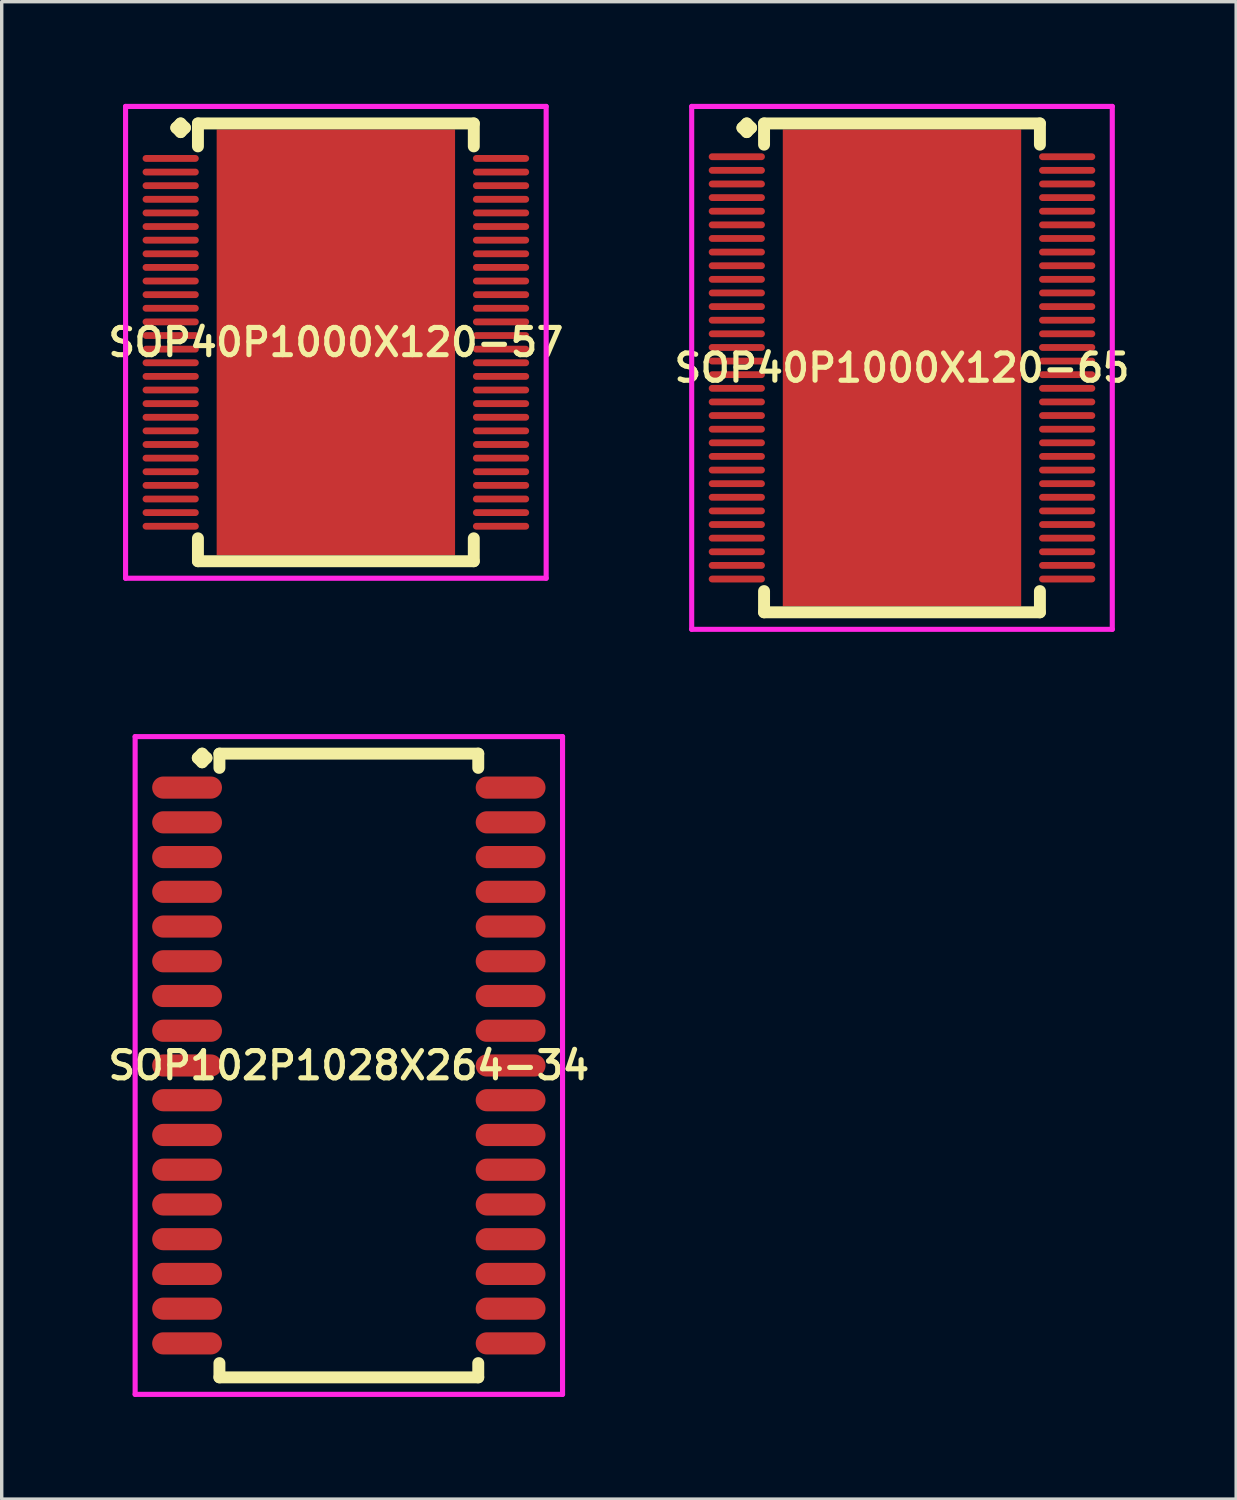
<source format=kicad_pcb>
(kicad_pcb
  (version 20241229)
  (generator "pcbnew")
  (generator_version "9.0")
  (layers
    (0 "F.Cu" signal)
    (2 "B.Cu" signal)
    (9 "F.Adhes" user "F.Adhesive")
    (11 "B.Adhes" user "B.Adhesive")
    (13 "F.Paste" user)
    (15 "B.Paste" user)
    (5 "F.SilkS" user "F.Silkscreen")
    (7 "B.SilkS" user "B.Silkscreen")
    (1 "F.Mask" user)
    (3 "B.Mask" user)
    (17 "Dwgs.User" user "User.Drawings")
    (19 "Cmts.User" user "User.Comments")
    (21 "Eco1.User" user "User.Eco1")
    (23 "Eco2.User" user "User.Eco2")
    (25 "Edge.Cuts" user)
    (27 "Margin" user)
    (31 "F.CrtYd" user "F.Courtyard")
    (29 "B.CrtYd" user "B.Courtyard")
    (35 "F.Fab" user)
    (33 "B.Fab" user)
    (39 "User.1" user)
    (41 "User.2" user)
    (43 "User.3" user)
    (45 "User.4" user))
  (footprint "SOP102P1028X264-34"
    (layer "F.Cu")
    (at 7.193 28.236)
    (property "Reference" "SOP102P1028X264-34" (at 0 0 0) (layer "F.SilkS") (effects (font (size 0.8 0.8) (thickness 0.15))))
    (attr through_hole)
    (fp_line (start -4.435 -9.03) (end -4.308 -9.157) (stroke (width 0.35) (type solid)) (layer "F.SilkS"))
    (fp_line (start -4.308 -9.157) (end -4.181 -9.03) (stroke (width 0.35) (type solid)) (layer "F.SilkS"))
    (fp_line (start -4.308 -8.903) (end -4.435 -9.03) (stroke (width 0.35) (type solid)) (layer "F.SilkS"))
    (fp_line (start -4.181 -9.03) (end -4.308 -8.903) (stroke (width 0.35) (type solid)) (layer "F.SilkS"))
    (fp_line (start -3.8 -9.157) (end 3.8 -9.157) (stroke (width 0.35) (type solid)) (layer "F.SilkS"))
    (fp_line (start -3.8 -8.739) (end -3.8 -9.157) (stroke (width 0.35) (type solid)) (layer "F.SilkS"))
    (fp_line (start -3.8 8.739) (end -3.8 9.157) (stroke (width 0.35) (type solid)) (layer "F.SilkS"))
    (fp_line (start -3.8 9.157) (end 3.8 9.157) (stroke (width 0.35) (type solid)) (layer "F.SilkS"))
    (fp_line (start 3.8 -9.157) (end 3.8 -8.739) (stroke (width 0.35) (type solid)) (layer "F.SilkS"))
    (fp_line (start 3.8 9.157) (end 3.8 8.739) (stroke (width 0.35) (type solid)) (layer "F.SilkS"))
    (fp_line (start -6.275 -9.657) (end 6.275 -9.657) (stroke (width 0.15) (type solid)) (layer "F.CrtYd"))
    (fp_line (start -6.275 9.657) (end -6.275 -9.657) (stroke (width 0.15) (type solid)) (layer "F.CrtYd"))
    (fp_line (start 6.275 -9.657) (end 6.275 9.657) (stroke (width 0.15) (type solid)) (layer "F.CrtYd"))
    (fp_line (start 6.275 9.657) (end -6.275 9.657) (stroke (width 0.15) (type solid)) (layer "F.CrtYd"))
    (pad "1" smd oval (at -4.75 -8.16) (size 2.05 0.65) (layers "F.Cu" "F.Mask" "F.Paste"))
    (pad "2" smd oval (at -4.75 -7.14) (size 2.05 0.65) (layers "F.Cu" "F.Mask" "F.Paste"))
    (pad "3" smd oval (at -4.75 -6.12) (size 2.05 0.65) (layers "F.Cu" "F.Mask" "F.Paste"))
    (pad "4" smd oval (at -4.75 -5.1) (size 2.05 0.65) (layers "F.Cu" "F.Mask" "F.Paste"))
    (pad "5" smd oval (at -4.75 -4.08) (size 2.05 0.65) (layers "F.Cu" "F.Mask" "F.Paste"))
    (pad "6" smd oval (at -4.75 -3.06) (size 2.05 0.65) (layers "F.Cu" "F.Mask" "F.Paste"))
    (pad "7" smd oval (at -4.75 -2.04) (size 2.05 0.65) (layers "F.Cu" "F.Mask" "F.Paste"))
    (pad "8" smd oval (at -4.75 -1.02) (size 2.05 0.65) (layers "F.Cu" "F.Mask" "F.Paste"))
    (pad "9" smd oval (at -4.75 0) (size 2.05 0.65) (layers "F.Cu" "F.Mask" "F.Paste"))
    (pad "10" smd oval (at -4.75 1.02) (size 2.05 0.65) (layers "F.Cu" "F.Mask" "F.Paste"))
    (pad "11" smd oval (at -4.75 2.04) (size 2.05 0.65) (layers "F.Cu" "F.Mask" "F.Paste"))
    (pad "12" smd oval (at -4.75 3.06) (size 2.05 0.65) (layers "F.Cu" "F.Mask" "F.Paste"))
    (pad "13" smd oval (at -4.75 4.08) (size 2.05 0.65) (layers "F.Cu" "F.Mask" "F.Paste"))
    (pad "14" smd oval (at -4.75 5.1) (size 2.05 0.65) (layers "F.Cu" "F.Mask" "F.Paste"))
    (pad "15" smd oval (at -4.75 6.12) (size 2.05 0.65) (layers "F.Cu" "F.Mask" "F.Paste"))
    (pad "16" smd oval (at -4.75 7.14) (size 2.05 0.65) (layers "F.Cu" "F.Mask" "F.Paste"))
    (pad "17" smd oval (at -4.75 8.16) (size 2.05 0.65) (layers "F.Cu" "F.Mask" "F.Paste"))
    (pad "18" smd oval (at 4.75 8.16) (size 2.05 0.65) (layers "F.Cu" "F.Mask" "F.Paste"))
    (pad "19" smd oval (at 4.75 7.14) (size 2.05 0.65) (layers "F.Cu" "F.Mask" "F.Paste"))
    (pad "20" smd oval (at 4.75 6.12) (size 2.05 0.65) (layers "F.Cu" "F.Mask" "F.Paste"))
    (pad "21" smd oval (at 4.75 5.1) (size 2.05 0.65) (layers "F.Cu" "F.Mask" "F.Paste"))
    (pad "22" smd oval (at 4.75 4.08) (size 2.05 0.65) (layers "F.Cu" "F.Mask" "F.Paste"))
    (pad "23" smd oval (at 4.75 3.06) (size 2.05 0.65) (layers "F.Cu" "F.Mask" "F.Paste"))
    (pad "24" smd oval (at 4.75 2.04) (size 2.05 0.65) (layers "F.Cu" "F.Mask" "F.Paste"))
    (pad "25" smd oval (at 4.75 1.02) (size 2.05 0.65) (layers "F.Cu" "F.Mask" "F.Paste"))
    (pad "26" smd oval (at 4.75 0) (size 2.05 0.65) (layers "F.Cu" "F.Mask" "F.Paste"))
    (pad "27" smd oval (at 4.75 -1.02) (size 2.05 0.65) (layers "F.Cu" "F.Mask" "F.Paste"))
    (pad "28" smd oval (at 4.75 -2.04) (size 2.05 0.65) (layers "F.Cu" "F.Mask" "F.Paste"))
    (pad "29" smd oval (at 4.75 -3.06) (size 2.05 0.65) (layers "F.Cu" "F.Mask" "F.Paste"))
    (pad "30" smd oval (at 4.75 -4.08) (size 2.05 0.65) (layers "F.Cu" "F.Mask" "F.Paste"))
    (pad "31" smd oval (at 4.75 -5.1) (size 2.05 0.65) (layers "F.Cu" "F.Mask" "F.Paste"))
    (pad "32" smd oval (at 4.75 -6.12) (size 2.05 0.65) (layers "F.Cu" "F.Mask" "F.Paste"))
    (pad "33" smd oval (at 4.75 -7.14) (size 2.05 0.65) (layers "F.Cu" "F.Mask" "F.Paste"))
    (pad "34" smd oval (at 4.75 -8.16) (size 2.05 0.65) (layers "F.Cu" "F.Mask" "F.Paste")))
  (footprint "SOP40P1000X120-57"
    (layer "F.Cu")
    (at 6.812 7.002)
    (property "Reference" "SOP40P1000X120-57" (at 0 0 0) (layer "F.SilkS") (effects (font (size 0.8 0.8) (thickness 0.15))))
    (attr through_hole)
    (fp_line (start -4.685 -6.3) (end -4.558 -6.427) (stroke (width 0.35) (type solid)) (layer "F.SilkS"))
    (fp_line (start -4.558 -6.427) (end -4.431 -6.3) (stroke (width 0.35) (type solid)) (layer "F.SilkS"))
    (fp_line (start -4.558 -6.173) (end -4.685 -6.3) (stroke (width 0.35) (type solid)) (layer "F.SilkS"))
    (fp_line (start -4.431 -6.3) (end -4.558 -6.173) (stroke (width 0.35) (type solid)) (layer "F.SilkS"))
    (fp_line (start -4.05 -6.427) (end 4.05 -6.427) (stroke (width 0.35) (type solid)) (layer "F.SilkS"))
    (fp_line (start -4.05 -5.754) (end -4.05 -6.427) (stroke (width 0.35) (type solid)) (layer "F.SilkS"))
    (fp_line (start -4.05 5.754) (end -4.05 6.427) (stroke (width 0.35) (type solid)) (layer "F.SilkS"))
    (fp_line (start -4.05 6.427) (end 4.05 6.427) (stroke (width 0.35) (type solid)) (layer "F.SilkS"))
    (fp_line (start 4.05 -6.427) (end 4.05 -5.754) (stroke (width 0.35) (type solid)) (layer "F.SilkS"))
    (fp_line (start 4.05 6.427) (end 4.05 5.754) (stroke (width 0.35) (type solid)) (layer "F.SilkS"))
    (fp_line (start -6.175 -6.927) (end 6.175 -6.927) (stroke (width 0.15) (type solid)) (layer "F.CrtYd"))
    (fp_line (start -6.175 6.927) (end -6.175 -6.927) (stroke (width 0.15) (type solid)) (layer "F.CrtYd"))
    (fp_line (start 6.175 -6.927) (end 6.175 6.927) (stroke (width 0.15) (type solid)) (layer "F.CrtYd"))
    (fp_line (start 6.175 6.927) (end -6.175 6.927) (stroke (width 0.15) (type solid)) (layer "F.CrtYd"))
    (pad "1" smd oval (at -4.85 -5.4) (size 1.65 0.2) (layers "F.Cu" "F.Mask" "F.Paste"))
    (pad "2" smd oval (at -4.85 -5) (size 1.65 0.2) (layers "F.Cu" "F.Mask" "F.Paste"))
    (pad "3" smd oval (at -4.85 -4.6) (size 1.65 0.2) (layers "F.Cu" "F.Mask" "F.Paste"))
    (pad "4" smd oval (at -4.85 -4.2) (size 1.65 0.2) (layers "F.Cu" "F.Mask" "F.Paste"))
    (pad "5" smd oval (at -4.85 -3.8) (size 1.65 0.2) (layers "F.Cu" "F.Mask" "F.Paste"))
    (pad "6" smd oval (at -4.85 -3.4) (size 1.65 0.2) (layers "F.Cu" "F.Mask" "F.Paste"))
    (pad "7" smd oval (at -4.85 -3) (size 1.65 0.2) (layers "F.Cu" "F.Mask" "F.Paste"))
    (pad "8" smd oval (at -4.85 -2.6) (size 1.65 0.2) (layers "F.Cu" "F.Mask" "F.Paste"))
    (pad "9" smd oval (at -4.85 -2.2) (size 1.65 0.2) (layers "F.Cu" "F.Mask" "F.Paste"))
    (pad "10" smd oval (at -4.85 -1.8) (size 1.65 0.2) (layers "F.Cu" "F.Mask" "F.Paste"))
    (pad "11" smd oval (at -4.85 -1.4) (size 1.65 0.2) (layers "F.Cu" "F.Mask" "F.Paste"))
    (pad "12" smd oval (at -4.85 -1) (size 1.65 0.2) (layers "F.Cu" "F.Mask" "F.Paste"))
    (pad "13" smd oval (at -4.85 -0.6) (size 1.65 0.2) (layers "F.Cu" "F.Mask" "F.Paste"))
    (pad "14" smd oval (at -4.85 -0.2) (size 1.65 0.2) (layers "F.Cu" "F.Mask" "F.Paste"))
    (pad "15" smd oval (at -4.85 0.2) (size 1.65 0.2) (layers "F.Cu" "F.Mask" "F.Paste"))
    (pad "16" smd oval (at -4.85 0.6) (size 1.65 0.2) (layers "F.Cu" "F.Mask" "F.Paste"))
    (pad "17" smd oval (at -4.85 1) (size 1.65 0.2) (layers "F.Cu" "F.Mask" "F.Paste"))
    (pad "18" smd oval (at -4.85 1.4) (size 1.65 0.2) (layers "F.Cu" "F.Mask" "F.Paste"))
    (pad "19" smd oval (at -4.85 1.8) (size 1.65 0.2) (layers "F.Cu" "F.Mask" "F.Paste"))
    (pad "20" smd oval (at -4.85 2.2) (size 1.65 0.2) (layers "F.Cu" "F.Mask" "F.Paste"))
    (pad "21" smd oval (at -4.85 2.6) (size 1.65 0.2) (layers "F.Cu" "F.Mask" "F.Paste"))
    (pad "22" smd oval (at -4.85 3) (size 1.65 0.2) (layers "F.Cu" "F.Mask" "F.Paste"))
    (pad "23" smd oval (at -4.85 3.4) (size 1.65 0.2) (layers "F.Cu" "F.Mask" "F.Paste"))
    (pad "24" smd oval (at -4.85 3.8) (size 1.65 0.2) (layers "F.Cu" "F.Mask" "F.Paste"))
    (pad "25" smd oval (at -4.85 4.2) (size 1.65 0.2) (layers "F.Cu" "F.Mask" "F.Paste"))
    (pad "26" smd oval (at -4.85 4.6) (size 1.65 0.2) (layers "F.Cu" "F.Mask" "F.Paste"))
    (pad "27" smd oval (at -4.85 5) (size 1.65 0.2) (layers "F.Cu" "F.Mask" "F.Paste"))
    (pad "28" smd oval (at -4.85 5.4) (size 1.65 0.2) (layers "F.Cu" "F.Mask" "F.Paste"))
    (pad "29" smd oval (at 4.85 5.4) (size 1.65 0.2) (layers "F.Cu" "F.Mask" "F.Paste"))
    (pad "30" smd oval (at 4.85 5) (size 1.65 0.2) (layers "F.Cu" "F.Mask" "F.Paste"))
    (pad "31" smd oval (at 4.85 4.6) (size 1.65 0.2) (layers "F.Cu" "F.Mask" "F.Paste"))
    (pad "32" smd oval (at 4.85 4.2) (size 1.65 0.2) (layers "F.Cu" "F.Mask" "F.Paste"))
    (pad "33" smd oval (at 4.85 3.8) (size 1.65 0.2) (layers "F.Cu" "F.Mask" "F.Paste"))
    (pad "34" smd oval (at 4.85 3.4) (size 1.65 0.2) (layers "F.Cu" "F.Mask" "F.Paste"))
    (pad "35" smd oval (at 4.85 3) (size 1.65 0.2) (layers "F.Cu" "F.Mask" "F.Paste"))
    (pad "36" smd oval (at 4.85 2.6) (size 1.65 0.2) (layers "F.Cu" "F.Mask" "F.Paste"))
    (pad "37" smd oval (at 4.85 2.2) (size 1.65 0.2) (layers "F.Cu" "F.Mask" "F.Paste"))
    (pad "38" smd oval (at 4.85 1.8) (size 1.65 0.2) (layers "F.Cu" "F.Mask" "F.Paste"))
    (pad "39" smd oval (at 4.85 1.4) (size 1.65 0.2) (layers "F.Cu" "F.Mask" "F.Paste"))
    (pad "40" smd oval (at 4.85 1) (size 1.65 0.2) (layers "F.Cu" "F.Mask" "F.Paste"))
    (pad "41" smd oval (at 4.85 0.6) (size 1.65 0.2) (layers "F.Cu" "F.Mask" "F.Paste"))
    (pad "42" smd oval (at 4.85 0.2) (size 1.65 0.2) (layers "F.Cu" "F.Mask" "F.Paste"))
    (pad "43" smd oval (at 4.85 -0.2) (size 1.65 0.2) (layers "F.Cu" "F.Mask" "F.Paste"))
    (pad "44" smd oval (at 4.85 -0.6) (size 1.65 0.2) (layers "F.Cu" "F.Mask" "F.Paste"))
    (pad "45" smd oval (at 4.85 -1) (size 1.65 0.2) (layers "F.Cu" "F.Mask" "F.Paste"))
    (pad "46" smd oval (at 4.85 -1.4) (size 1.65 0.2) (layers "F.Cu" "F.Mask" "F.Paste"))
    (pad "47" smd oval (at 4.85 -1.8) (size 1.65 0.2) (layers "F.Cu" "F.Mask" "F.Paste"))
    (pad "48" smd oval (at 4.85 -2.2) (size 1.65 0.2) (layers "F.Cu" "F.Mask" "F.Paste"))
    (pad "49" smd oval (at 4.85 -2.6) (size 1.65 0.2) (layers "F.Cu" "F.Mask" "F.Paste"))
    (pad "50" smd oval (at 4.85 -3) (size 1.65 0.2) (layers "F.Cu" "F.Mask" "F.Paste"))
    (pad "51" smd oval (at 4.85 -3.4) (size 1.65 0.2) (layers "F.Cu" "F.Mask" "F.Paste"))
    (pad "52" smd oval (at 4.85 -3.8) (size 1.65 0.2) (layers "F.Cu" "F.Mask" "F.Paste"))
    (pad "53" smd oval (at 4.85 -4.2) (size 1.65 0.2) (layers "F.Cu" "F.Mask" "F.Paste"))
    (pad "54" smd oval (at 4.85 -4.6) (size 1.65 0.2) (layers "F.Cu" "F.Mask" "F.Paste"))
    (pad "55" smd oval (at 4.85 -5) (size 1.65 0.2) (layers "F.Cu" "F.Mask" "F.Paste"))
    (pad "56" smd oval (at 4.85 -5.4) (size 1.65 0.2) (layers "F.Cu" "F.Mask" "F.Paste"))
    (pad "57" smd rect (at 0 0) (size 7 12.5) (layers "F.Cu" "F.Mask" "F.Paste")))
  (footprint "SOP40P1000X120-65"
    (layer "F.Cu")
    (at 23.435 7.752)
    (property "Reference" "SOP40P1000X120-65" (at 0 0 0) (layer "F.SilkS") (effects (font (size 0.8 0.8) (thickness 0.15))))
    (attr smd)
    (fp_line (start -4.685 -7.05) (end -4.558 -7.177) (stroke (width 0.35) (type solid)) (layer "F.SilkS"))
    (fp_line (start -4.558 -7.177) (end -4.431 -7.05) (stroke (width 0.35) (type solid)) (layer "F.SilkS"))
    (fp_line (start -4.558 -6.923) (end -4.685 -7.05) (stroke (width 0.35) (type solid)) (layer "F.SilkS"))
    (fp_line (start -4.431 -7.05) (end -4.558 -6.923) (stroke (width 0.35) (type solid)) (layer "F.SilkS"))
    (fp_line (start -4.05 -7.177) (end 4.05 -7.177) (stroke (width 0.35) (type solid)) (layer "F.SilkS"))
    (fp_line (start -4.05 -6.554) (end -4.05 -7.177) (stroke (width 0.35) (type solid)) (layer "F.SilkS"))
    (fp_line (start -4.05 6.554) (end -4.05 7.177) (stroke (width 0.35) (type solid)) (layer "F.SilkS"))
    (fp_line (start -4.05 7.177) (end 4.05 7.177) (stroke (width 0.35) (type solid)) (layer "F.SilkS"))
    (fp_line (start 4.05 -7.177) (end 4.05 -6.554) (stroke (width 0.35) (type solid)) (layer "F.SilkS"))
    (fp_line (start 4.05 7.177) (end 4.05 6.554) (stroke (width 0.35) (type solid)) (layer "F.SilkS"))
    (fp_line (start -6.175 -7.677) (end 6.175 -7.677) (stroke (width 0.15) (type solid)) (layer "F.CrtYd"))
    (fp_line (start -6.175 7.677) (end -6.175 -7.677) (stroke (width 0.15) (type solid)) (layer "F.CrtYd"))
    (fp_line (start 6.175 -7.677) (end 6.175 7.677) (stroke (width 0.15) (type solid)) (layer "F.CrtYd"))
    (fp_line (start 6.175 7.677) (end -6.175 7.677) (stroke (width 0.15) (type solid)) (layer "F.CrtYd"))
    (pad "1" smd oval (at -4.85 -6.2) (size 1.65 0.2) (layers "F.Cu" "F.Mask" "F.Paste"))
    (pad "2" smd oval (at -4.85 -5.8) (size 1.65 0.2) (layers "F.Cu" "F.Mask" "F.Paste"))
    (pad "3" smd oval (at -4.85 -5.4) (size 1.65 0.2) (layers "F.Cu" "F.Mask" "F.Paste"))
    (pad "4" smd oval (at -4.85 -5) (size 1.65 0.2) (layers "F.Cu" "F.Mask" "F.Paste"))
    (pad "5" smd oval (at -4.85 -4.6) (size 1.65 0.2) (layers "F.Cu" "F.Mask" "F.Paste"))
    (pad "6" smd oval (at -4.85 -4.2) (size 1.65 0.2) (layers "F.Cu" "F.Mask" "F.Paste"))
    (pad "7" smd oval (at -4.85 -3.8) (size 1.65 0.2) (layers "F.Cu" "F.Mask" "F.Paste"))
    (pad "8" smd oval (at -4.85 -3.4) (size 1.65 0.2) (layers "F.Cu" "F.Mask" "F.Paste"))
    (pad "9" smd oval (at -4.85 -3) (size 1.65 0.2) (layers "F.Cu" "F.Mask" "F.Paste"))
    (pad "10" smd oval (at -4.85 -2.6) (size 1.65 0.2) (layers "F.Cu" "F.Mask" "F.Paste"))
    (pad "11" smd oval (at -4.85 -2.2) (size 1.65 0.2) (layers "F.Cu" "F.Mask" "F.Paste"))
    (pad "12" smd oval (at -4.85 -1.8) (size 1.65 0.2) (layers "F.Cu" "F.Mask" "F.Paste"))
    (pad "13" smd oval (at -4.85 -1.4) (size 1.65 0.2) (layers "F.Cu" "F.Mask" "F.Paste"))
    (pad "14" smd oval (at -4.85 -1) (size 1.65 0.2) (layers "F.Cu" "F.Mask" "F.Paste"))
    (pad "15" smd oval (at -4.85 -0.6) (size 1.65 0.2) (layers "F.Cu" "F.Mask" "F.Paste"))
    (pad "16" smd oval (at -4.85 -0.2) (size 1.65 0.2) (layers "F.Cu" "F.Mask" "F.Paste"))
    (pad "17" smd oval (at -4.85 0.2) (size 1.65 0.2) (layers "F.Cu" "F.Mask" "F.Paste"))
    (pad "18" smd oval (at -4.85 0.6) (size 1.65 0.2) (layers "F.Cu" "F.Mask" "F.Paste"))
    (pad "19" smd oval (at -4.85 1) (size 1.65 0.2) (layers "F.Cu" "F.Mask" "F.Paste"))
    (pad "20" smd oval (at -4.85 1.4) (size 1.65 0.2) (layers "F.Cu" "F.Mask" "F.Paste"))
    (pad "21" smd oval (at -4.85 1.8) (size 1.65 0.2) (layers "F.Cu" "F.Mask" "F.Paste"))
    (pad "22" smd oval (at -4.85 2.2) (size 1.65 0.2) (layers "F.Cu" "F.Mask" "F.Paste"))
    (pad "23" smd oval (at -4.85 2.6) (size 1.65 0.2) (layers "F.Cu" "F.Mask" "F.Paste"))
    (pad "24" smd oval (at -4.85 3) (size 1.65 0.2) (layers "F.Cu" "F.Mask" "F.Paste"))
    (pad "25" smd oval (at -4.85 3.4) (size 1.65 0.2) (layers "F.Cu" "F.Mask" "F.Paste"))
    (pad "26" smd oval (at -4.85 3.8) (size 1.65 0.2) (layers "F.Cu" "F.Mask" "F.Paste"))
    (pad "27" smd oval (at -4.85 4.2) (size 1.65 0.2) (layers "F.Cu" "F.Mask" "F.Paste"))
    (pad "28" smd oval (at -4.85 4.6) (size 1.65 0.2) (layers "F.Cu" "F.Mask" "F.Paste"))
    (pad "29" smd oval (at -4.85 5) (size 1.65 0.2) (layers "F.Cu" "F.Mask" "F.Paste"))
    (pad "30" smd oval (at -4.85 5.4) (size 1.65 0.2) (layers "F.Cu" "F.Mask" "F.Paste"))
    (pad "31" smd oval (at -4.85 5.8) (size 1.65 0.2) (layers "F.Cu" "F.Mask" "F.Paste"))
    (pad "32" smd oval (at -4.85 6.2) (size 1.65 0.2) (layers "F.Cu" "F.Mask" "F.Paste"))
    (pad "33" smd oval (at 4.85 6.2) (size 1.65 0.2) (layers "F.Cu" "F.Mask" "F.Paste"))
    (pad "34" smd oval (at 4.85 5.8) (size 1.65 0.2) (layers "F.Cu" "F.Mask" "F.Paste"))
    (pad "35" smd oval (at 4.85 5.4) (size 1.65 0.2) (layers "F.Cu" "F.Mask" "F.Paste"))
    (pad "36" smd oval (at 4.85 5) (size 1.65 0.2) (layers "F.Cu" "F.Mask" "F.Paste"))
    (pad "37" smd oval (at 4.85 4.6) (size 1.65 0.2) (layers "F.Cu" "F.Mask" "F.Paste"))
    (pad "38" smd oval (at 4.85 4.2) (size 1.65 0.2) (layers "F.Cu" "F.Mask" "F.Paste"))
    (pad "39" smd oval (at 4.85 3.8) (size 1.65 0.2) (layers "F.Cu" "F.Mask" "F.Paste"))
    (pad "40" smd oval (at 4.85 3.4) (size 1.65 0.2) (layers "F.Cu" "F.Mask" "F.Paste"))
    (pad "41" smd oval (at 4.85 3) (size 1.65 0.2) (layers "F.Cu" "F.Mask" "F.Paste"))
    (pad "42" smd oval (at 4.85 2.6) (size 1.65 0.2) (layers "F.Cu" "F.Mask" "F.Paste"))
    (pad "43" smd oval (at 4.85 2.2) (size 1.65 0.2) (layers "F.Cu" "F.Mask" "F.Paste"))
    (pad "44" smd oval (at 4.85 1.8) (size 1.65 0.2) (layers "F.Cu" "F.Mask" "F.Paste"))
    (pad "45" smd oval (at 4.85 1.4) (size 1.65 0.2) (layers "F.Cu" "F.Mask" "F.Paste"))
    (pad "46" smd oval (at 4.85 1) (size 1.65 0.2) (layers "F.Cu" "F.Mask" "F.Paste"))
    (pad "47" smd oval (at 4.85 0.6) (size 1.65 0.2) (layers "F.Cu" "F.Mask" "F.Paste"))
    (pad "48" smd oval (at 4.85 0.2) (size 1.65 0.2) (layers "F.Cu" "F.Mask" "F.Paste"))
    (pad "49" smd oval (at 4.85 -0.2) (size 1.65 0.2) (layers "F.Cu" "F.Mask" "F.Paste"))
    (pad "50" smd oval (at 4.85 -0.6) (size 1.65 0.2) (layers "F.Cu" "F.Mask" "F.Paste"))
    (pad "51" smd oval (at 4.85 -1) (size 1.65 0.2) (layers "F.Cu" "F.Mask" "F.Paste"))
    (pad "52" smd oval (at 4.85 -1.4) (size 1.65 0.2) (layers "F.Cu" "F.Mask" "F.Paste"))
    (pad "53" smd oval (at 4.85 -1.8) (size 1.65 0.2) (layers "F.Cu" "F.Mask" "F.Paste"))
    (pad "54" smd oval (at 4.85 -2.2) (size 1.65 0.2) (layers "F.Cu" "F.Mask" "F.Paste"))
    (pad "55" smd oval (at 4.85 -2.6) (size 1.65 0.2) (layers "F.Cu" "F.Mask" "F.Paste"))
    (pad "56" smd oval (at 4.85 -3) (size 1.65 0.2) (layers "F.Cu" "F.Mask" "F.Paste"))
    (pad "57" smd oval (at 4.85 -3.4) (size 1.65 0.2) (layers "F.Cu" "F.Mask" "F.Paste"))
    (pad "58" smd oval (at 4.85 -3.8) (size 1.65 0.2) (layers "F.Cu" "F.Mask" "F.Paste"))
    (pad "59" smd oval (at 4.85 -4.2) (size 1.65 0.2) (layers "F.Cu" "F.Mask" "F.Paste"))
    (pad "60" smd oval (at 4.85 -4.6) (size 1.65 0.2) (layers "F.Cu" "F.Mask" "F.Paste"))
    (pad "61" smd oval (at 4.85 -5) (size 1.65 0.2) (layers "F.Cu" "F.Mask" "F.Paste"))
    (pad "62" smd oval (at 4.85 -5.4) (size 1.65 0.2) (layers "F.Cu" "F.Mask" "F.Paste"))
    (pad "63" smd oval (at 4.85 -5.8) (size 1.65 0.2) (layers "F.Cu" "F.Mask" "F.Paste"))
    (pad "64" smd oval (at 4.85 -6.2) (size 1.65 0.2) (layers "F.Cu" "F.Mask" "F.Paste"))
    (pad "65" smd rect (at 0 0) (size 7 14) (layers "F.Cu" "F.Mask" "F.Paste")))
  (gr_rect
    (start -3 -3)
    (end 33.247 40.968)
    (stroke (width 0.1) (type default))
    (fill no)
    (layer "Edge.Cuts")))
</source>
